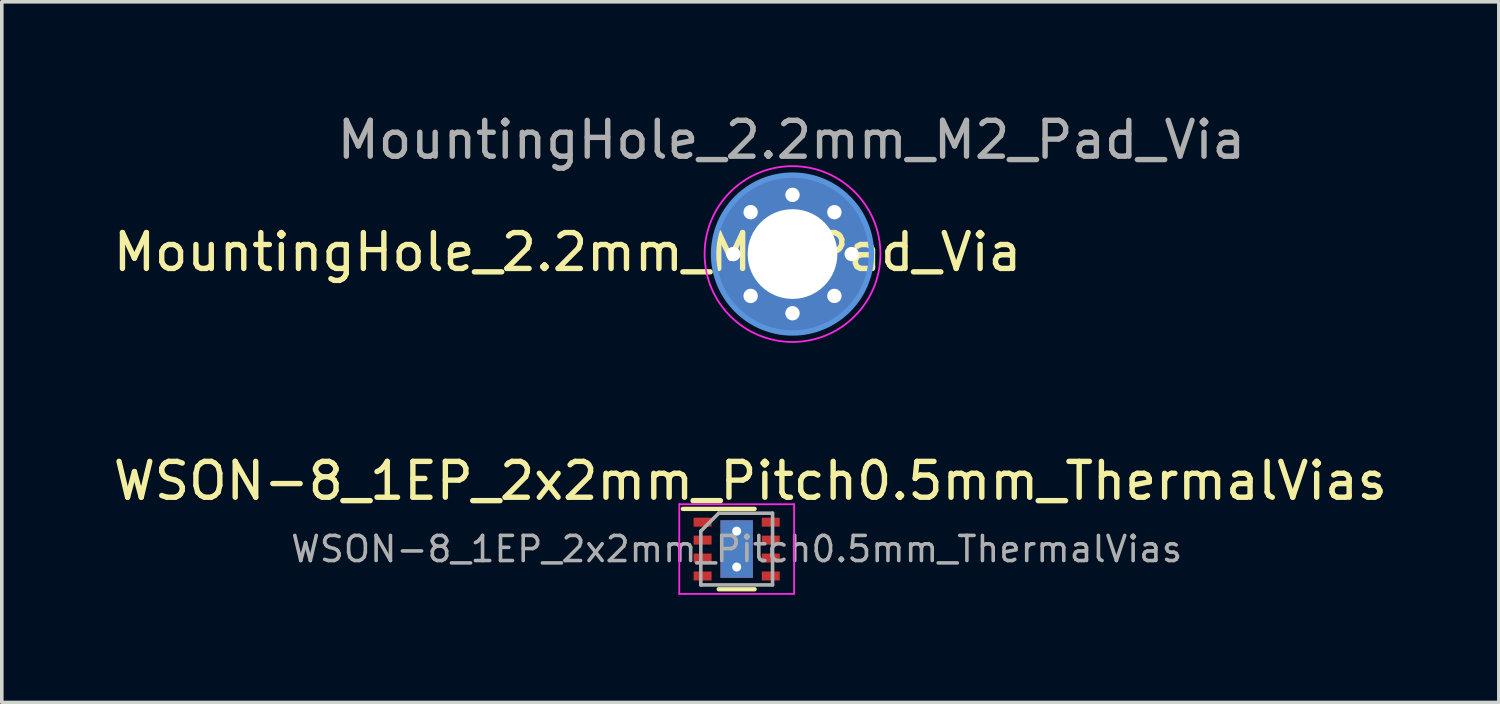
<source format=kicad_pcb>
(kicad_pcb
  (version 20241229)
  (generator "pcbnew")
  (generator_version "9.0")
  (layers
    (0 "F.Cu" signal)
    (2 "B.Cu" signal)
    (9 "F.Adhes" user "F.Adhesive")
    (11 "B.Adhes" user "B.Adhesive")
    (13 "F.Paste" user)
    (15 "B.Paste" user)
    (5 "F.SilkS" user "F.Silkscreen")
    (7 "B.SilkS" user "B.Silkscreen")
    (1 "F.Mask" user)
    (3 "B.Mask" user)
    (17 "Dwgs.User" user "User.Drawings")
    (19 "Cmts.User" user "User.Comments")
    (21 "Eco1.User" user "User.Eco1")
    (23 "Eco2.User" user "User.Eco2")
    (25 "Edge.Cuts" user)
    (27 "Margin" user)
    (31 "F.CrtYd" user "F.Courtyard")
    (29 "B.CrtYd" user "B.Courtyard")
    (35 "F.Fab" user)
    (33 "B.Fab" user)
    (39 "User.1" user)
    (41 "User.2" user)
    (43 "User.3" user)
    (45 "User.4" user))
  (footprint "WSON-8_1EP_2x2mm_Pitch0.5mm_ThermalVias"
    (layer "F.Cu")
    (at 17.483 12.254)
    (property "Reference" "WSON-8_1EP_2x2mm_Pitch0.5mm_ThermalVias" (at 0.38 -1.9 0) (layer "F.SilkS") (effects (font (size 1 1) (thickness 0.15))))
    (attr smd)
    (fp_line (start -1.5 -1.12) (end 0.5 -1.12) (stroke (width 0.12) (type solid)) (layer "F.SilkS"))
    (fp_line (start 0.5 1.12) (end -0.5 1.12) (stroke (width 0.12) (type solid)) (layer "F.SilkS"))
    (fp_line (start -1.6 -1.25) (end -1.6 1.25) (stroke (width 0.05) (type solid)) (layer "F.CrtYd"))
    (fp_line (start -1.6 -1.25) (end 1.6 -1.25) (stroke (width 0.05) (type solid)) (layer "F.CrtYd"))
    (fp_line (start -1.6 1.25) (end 1.6 1.25) (stroke (width 0.05) (type solid)) (layer "F.CrtYd"))
    (fp_line (start 1.6 -1.25) (end 1.6 1.25) (stroke (width 0.05) (type solid)) (layer "F.CrtYd"))
    (fp_line (start -1 1) (end -1 -0.5) (stroke (width 0.1) (type solid)) (layer "F.Fab"))
    (fp_line (start -0.5 -1) (end -1 -0.5) (stroke (width 0.1) (type solid)) (layer "F.Fab"))
    (fp_line (start -0.5 -1) (end 1 -1) (stroke (width 0.1) (type solid)) (layer "F.Fab"))
    (fp_line (start 1 -1) (end 1 1) (stroke (width 0.1) (type solid)) (layer "F.Fab"))
    (fp_line (start 1 1) (end -1 1) (stroke (width 0.1) (type solid)) (layer "F.Fab"))
    (fp_text user "${REFERENCE}" (at 0 0 0) (layer "F.Fab") (effects (font (size 0.7 0.7) (thickness 0.1))))
    (pad "1" smd rect (at -0.95 -0.75) (size 0.5 0.25) (layers "F.Cu" "F.Mask" "F.Paste"))
    (pad "2" smd rect (at -0.95 -0.25) (size 0.5 0.25) (layers "F.Cu" "F.Mask" "F.Paste"))
    (pad "3" smd rect (at -0.95 0.25) (size 0.5 0.25) (layers "F.Cu" "F.Mask" "F.Paste"))
    (pad "4" smd rect (at -0.95 0.75) (size 0.5 0.25) (layers "F.Cu" "F.Mask" "F.Paste"))
    (pad "4" thru_hole circle (at 0 -0.5) (size 0.6 0.6) (drill 0.25) (layers "*.Cu" "*.Mask"))
    (pad "4" smd rect (at 0 -0.45) (size 0.9 0.7) (layers "F.Cu" "F.Paste"))
    (pad "4" smd rect (at 0 -0.4) (size 0.9 0.8) (layers "B.Cu"))
    (pad "4" smd rect (at 0 0) (size 0.9 1.6) (layers "F.Cu" "F.Mask"))
    (pad "4" smd rect (at 0 0.4) (size 0.9 0.8) (layers "B.Cu"))
    (pad "4" smd rect (at 0 0.45) (size 0.9 0.7) (layers "F.Cu" "F.Paste"))
    (pad "4" thru_hole circle (at 0 0.5) (size 0.6 0.6) (drill 0.25) (layers "*.Cu" "*.Mask"))
    (pad "5" smd rect (at 0.95 0.75) (size 0.5 0.25) (layers "F.Cu" "F.Mask" "F.Paste"))
    (pad "6" smd rect (at 0.95 0.25) (size 0.5 0.25) (layers "F.Cu" "F.Mask" "F.Paste"))
    (pad "7" smd rect (at 0.95 -0.25) (size 0.5 0.25) (layers "F.Cu" "F.Mask" "F.Paste"))
    (pad "8" smd rect (at 0.95 -0.75) (size 0.5 0.25) (layers "F.Cu" "F.Mask" "F.Paste")))
  (footprint "MountingHole_2.2mm_M2_Pad_Via"
    (layer "F.Cu")
    (at 19.039 4.031)
    (property "Reference" "MountingHole_2.2mm_M2_Pad_Via" (at -6.271 -0.054 180) (layer "F.SilkS") (effects (font (size 1 1) (thickness 0.15))))
    (attr exclude_from_pos_files exclude_from_bom)
    (fp_circle (center 0 0) (end 2.2 0) (stroke (width 0.15) (type solid)) (fill no) (layer "Cmts.User"))
    (fp_circle (center 0 0) (end 2.45 0) (stroke (width 0.05) (type solid)) (fill no) (layer "F.CrtYd"))
    (fp_text user "${REFERENCE}" (at -0.031 -3.183 0) (layer "F.Fab") (effects (font (size 1 1) (thickness 0.15))))
    (pad "" thru_hole circle (at -1.65 0) (size 0.7 0.7) (drill 0.4) (layers "*.Cu" "*.Mask"))
    (pad "" thru_hole circle (at -1.167 -1.167) (size 0.7 0.7) (drill 0.4) (layers "*.Cu" "*.Mask"))
    (pad "" thru_hole circle (at -1.167 1.167) (size 0.7 0.7) (drill 0.4) (layers "*.Cu" "*.Mask"))
    (pad "" thru_hole circle (at 0 -1.65) (size 0.7 0.7) (drill 0.4) (layers "*.Cu" "*.Mask"))
    (pad "" thru_hole circle (at 0 0) (size 4.4 4.4) (drill 2.5) (layers "*.Cu" "*.Mask"))
    (pad "" thru_hole circle (at 0 1.65) (size 0.7 0.7) (drill 0.4) (layers "*.Cu" "*.Mask"))
    (pad "" thru_hole circle (at 1.167 -1.167) (size 0.7 0.7) (drill 0.4) (layers "*.Cu" "*.Mask"))
    (pad "" thru_hole circle (at 1.167 1.167) (size 0.7 0.7) (drill 0.4) (layers "*.Cu" "*.Mask"))
    (pad "" thru_hole circle (at 1.65 0) (size 0.7 0.7) (drill 0.4) (layers "*.Cu" "*.Mask")))
  (gr_rect
    (start -3 -3)
    (end 38.726 16.529)
    (stroke (width 0.1) (type default))
    (fill no)
    (layer "Edge.Cuts")))
</source>
